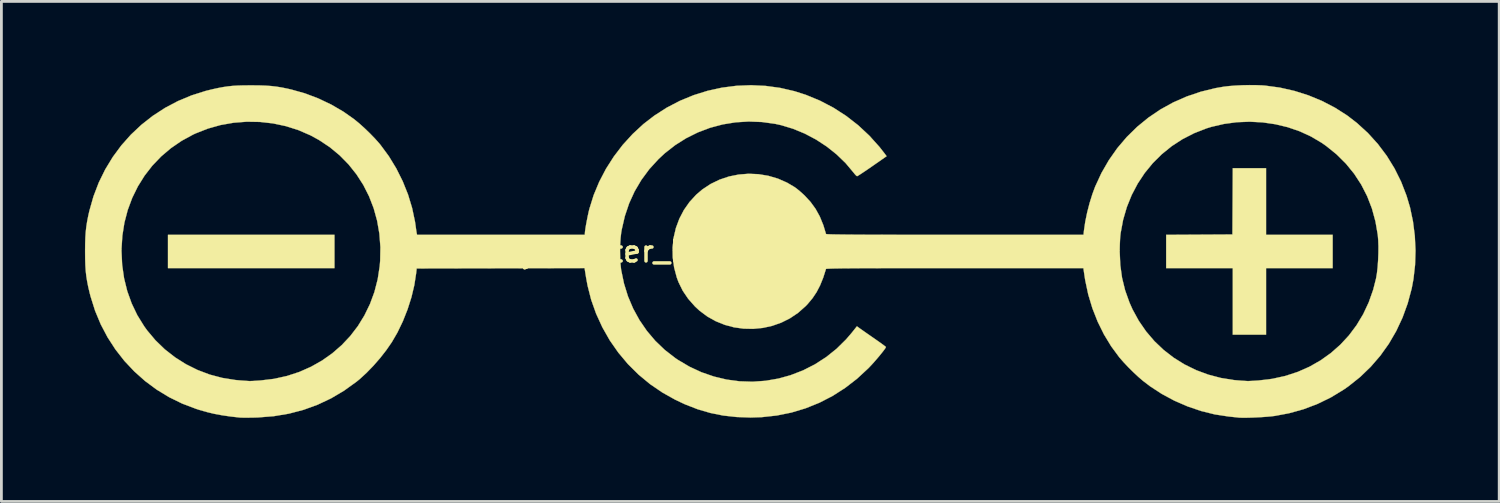
<source format=kicad_pcb>
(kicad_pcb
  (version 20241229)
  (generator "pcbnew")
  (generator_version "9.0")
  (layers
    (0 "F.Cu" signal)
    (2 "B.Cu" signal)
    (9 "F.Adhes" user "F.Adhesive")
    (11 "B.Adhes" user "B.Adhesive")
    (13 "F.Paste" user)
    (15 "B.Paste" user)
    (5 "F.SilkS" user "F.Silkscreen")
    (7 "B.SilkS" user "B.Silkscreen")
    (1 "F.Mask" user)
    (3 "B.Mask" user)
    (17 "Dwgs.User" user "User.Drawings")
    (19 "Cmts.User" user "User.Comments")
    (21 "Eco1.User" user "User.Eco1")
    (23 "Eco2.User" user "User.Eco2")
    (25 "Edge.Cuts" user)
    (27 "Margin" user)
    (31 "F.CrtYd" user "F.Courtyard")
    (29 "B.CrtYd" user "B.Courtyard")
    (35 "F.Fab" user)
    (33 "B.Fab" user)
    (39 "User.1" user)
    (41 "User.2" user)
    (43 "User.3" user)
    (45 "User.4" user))
  (footprint "Polarity_Center_Positive_12mm_SilkScreen"
    (layer "F.Cu")
    (at 23.873 5.977)
    (property "Reference" "Polarity_Center_Positive_12mm_SilkScreen" (at 0 0 0) (layer "F.SilkS") (effects (font (size 0.75 0.75) (thickness 0.125))))
    (attr exclude_from_pos_files exclude_from_bom allow_missing_courtyard)
    (fp_poly (pts (xy -14.916 0.598) (xy -20.893 0.598) (xy -20.893 -0.598) (xy -14.916 -0.598) (xy -14.916 0.598)) (stroke (width 0.01) (type solid)) (fill yes) (layer "F.SilkS"))
    (fp_poly (pts (xy 18.527 -0.598) (xy 20.918 -0.598) (xy 20.918 0.598) (xy 18.527 0.598) (xy 18.527 2.988) (xy 17.332 2.988) (xy 17.332 0.598) (xy 14.941 0.598) (xy 14.941 -0.597) (xy 17.319 -0.61) (xy 17.326 -1.799) (xy 17.332 -2.988) (xy 18.527 -2.988) (xy 18.527 -0.598)) (stroke (width 0.01) (type solid)) (fill yes) (layer "F.SilkS"))
    (fp_poly (pts (xy 18.17 -5.97) (xy 18.386 -5.962) (xy 18.491 -5.954) (xy 19.023 -5.882) (xy 19.544 -5.764) (xy 20.051 -5.603) (xy 20.539 -5.401) (xy 21.004 -5.159) (xy 21.441 -4.88) (xy 21.789 -4.612) (xy 22.184 -4.251) (xy 22.541 -3.857) (xy 22.86 -3.433) (xy 23.138 -2.981) (xy 23.375 -2.504) (xy 23.569 -2.004) (xy 23.695 -1.581) (xy 23.801 -1.077) (xy 23.867 -0.558) (xy 23.892 -0.035) (xy 23.876 0.485) (xy 23.818 0.993) (xy 23.755 1.329) (xy 23.612 1.862) (xy 23.427 2.371) (xy 23.201 2.855) (xy 22.934 3.313) (xy 22.628 3.742) (xy 22.284 4.14) (xy 21.904 4.506) (xy 21.488 4.838) (xy 21.313 4.96) (xy 20.854 5.239) (xy 20.374 5.473) (xy 19.874 5.663) (xy 19.351 5.808) (xy 18.844 5.903) (xy 18.716 5.919) (xy 18.558 5.933) (xy 18.381 5.946) (xy 18.195 5.956) (xy 18.011 5.964) (xy 17.839 5.968) (xy 17.69 5.969) (xy 17.575 5.966) (xy 17.531 5.962) (xy 17.469 5.955) (xy 17.373 5.945) (xy 17.258 5.933) (xy 17.182 5.925) (xy 16.69 5.85) (xy 16.198 5.728) (xy 15.711 5.563) (xy 15.238 5.358) (xy 14.786 5.116) (xy 14.362 4.839) (xy 14.107 4.644) (xy 13.944 4.504) (xy 13.766 4.338) (xy 13.586 4.16) (xy 13.418 3.982) (xy 13.274 3.818) (xy 13.257 3.798) (xy 12.967 3.405) (xy 12.707 2.977) (xy 12.482 2.521) (xy 12.293 2.041) (xy 12.143 1.544) (xy 12.035 1.036) (xy 12.014 0.903) (xy 11.969 0.598) (xy 7.353 0.598) (xy 6.77 0.598) (xy 6.235 0.598) (xy 5.746 0.598) (xy 5.301 0.599) (xy 4.899 0.599) (xy 4.538 0.6) (xy 4.215 0.601) (xy 3.93 0.602) (xy 3.681 0.604) (xy 3.465 0.605) (xy 3.28 0.607) (xy 3.126 0.61) (xy 3 0.612) (xy 2.9 0.615) (xy 2.825 0.618) (xy 2.773 0.621) (xy 2.741 0.624) (xy 2.729 0.628) (xy 2.729 0.629) (xy 2.628 0.944) (xy 2.517 1.218) (xy 2.391 1.46) (xy 2.244 1.68) (xy 2.071 1.887) (xy 1.993 1.968) (xy 1.725 2.205) (xy 1.433 2.401) (xy 1.122 2.556) (xy 0.795 2.671) (xy 0.458 2.745) (xy 0.116 2.778) (xy -0.229 2.771) (xy -0.57 2.724) (xy -0.903 2.635) (xy -1.224 2.506) (xy -1.528 2.337) (xy -1.811 2.126) (xy -1.975 1.974) (xy -2.217 1.7) (xy -2.413 1.411) (xy -2.565 1.102) (xy -2.627 0.936) (xy -2.723 0.576) (xy -2.773 0.214) (xy -2.776 0.009) (xy 13.273 0.009) (xy 13.294 0.49) (xy 13.358 0.95) (xy 13.467 1.394) (xy 13.621 1.827) (xy 13.733 2.079) (xy 13.958 2.49) (xy 14.221 2.871) (xy 14.519 3.22) (xy 14.85 3.535) (xy 15.211 3.814) (xy 15.6 4.056) (xy 16.013 4.259) (xy 16.449 4.421) (xy 16.905 4.541) (xy 17.378 4.617) (xy 17.655 4.64) (xy 17.745 4.645) (xy 17.824 4.65) (xy 17.855 4.652) (xy 17.902 4.652) (xy 17.988 4.648) (xy 18.1 4.642) (xy 18.229 4.634) (xy 18.257 4.632) (xy 18.746 4.573) (xy 19.215 4.47) (xy 19.663 4.324) (xy 20.086 4.137) (xy 20.484 3.91) (xy 20.853 3.647) (xy 21.193 3.347) (xy 21.501 3.014) (xy 21.775 2.648) (xy 22.013 2.252) (xy 22.212 1.828) (xy 22.372 1.376) (xy 22.475 0.971) (xy 22.507 0.784) (xy 22.532 0.562) (xy 22.549 0.318) (xy 22.559 0.066) (xy 22.561 -0.18) (xy 22.553 -0.406) (xy 22.538 -0.591) (xy 22.454 -1.078) (xy 22.327 -1.543) (xy 22.156 -1.985) (xy 21.943 -2.401) (xy 21.689 -2.79) (xy 21.394 -3.152) (xy 21.059 -3.485) (xy 20.684 -3.788) (xy 20.519 -3.903) (xy 20.138 -4.128) (xy 19.731 -4.315) (xy 19.302 -4.462) (xy 18.857 -4.568) (xy 18.401 -4.634) (xy 17.938 -4.658) (xy 17.475 -4.64) (xy 17.016 -4.578) (xy 16.567 -4.474) (xy 16.385 -4.418) (xy 15.943 -4.245) (xy 15.527 -4.032) (xy 15.141 -3.781) (xy 14.785 -3.493) (xy 14.461 -3.172) (xy 14.172 -2.819) (xy 13.919 -2.437) (xy 13.704 -2.028) (xy 13.529 -1.595) (xy 13.396 -1.139) (xy 13.307 -0.664) (xy 13.299 -0.598) (xy 13.289 -0.496) (xy 13.282 -0.359) (xy 13.276 -0.204) (xy 13.273 -0.045) (xy 13.273 0.009) (xy -2.776 0.009) (xy -2.778 -0.146) (xy -2.739 -0.501) (xy -2.658 -0.846) (xy -2.535 -1.176) (xy -2.373 -1.487) (xy -2.171 -1.775) (xy -1.932 -2.036) (xy -1.711 -2.225) (xy -1.411 -2.423) (xy -1.091 -2.578) (xy -0.754 -2.691) (xy -0.405 -2.761) (xy -0.05 -2.789) (xy 0.306 -2.774) (xy 0.658 -2.716) (xy 1.002 -2.615) (xy 1.332 -2.47) (xy 1.606 -2.308) (xy 1.688 -2.247) (xy 1.79 -2.163) (xy 1.896 -2.069) (xy 1.961 -2.009) (xy 2.176 -1.776) (xy 2.357 -1.526) (xy 2.508 -1.252) (xy 2.633 -0.946) (xy 2.729 -0.629) (xy 2.739 -0.625) (xy 2.768 -0.621) (xy 2.818 -0.618) (xy 2.89 -0.615) (xy 2.987 -0.612) (xy 3.11 -0.61) (xy 3.26 -0.608) (xy 3.441 -0.606) (xy 3.653 -0.604) (xy 3.898 -0.603) (xy 4.179 -0.601) (xy 4.497 -0.6) (xy 4.853 -0.599) (xy 5.25 -0.599) (xy 5.689 -0.598) (xy 6.173 -0.598) (xy 6.702 -0.598) (xy 7.279 -0.598) (xy 7.355 -0.598) (xy 11.973 -0.598) (xy 11.99 -0.753) (xy 12.036 -1.066) (xy 12.105 -1.401) (xy 12.193 -1.741) (xy 12.295 -2.068) (xy 12.391 -2.326) (xy 12.618 -2.817) (xy 12.884 -3.278) (xy 13.187 -3.71) (xy 13.526 -4.108) (xy 13.898 -4.473) (xy 14.301 -4.803) (xy 14.733 -5.096) (xy 15.193 -5.35) (xy 15.678 -5.563) (xy 16.186 -5.735) (xy 16.715 -5.864) (xy 17.017 -5.916) (xy 17.208 -5.938) (xy 17.433 -5.955) (xy 17.679 -5.967) (xy 17.929 -5.972) (xy 18.17 -5.97)) (stroke (width 0.01) (type solid)) (fill yes) (layer "F.SilkS"))
    (fp_poly (pts (xy 0.563 -5.943) (xy 1.084 -5.872) (xy 1.598 -5.753) (xy 2.005 -5.623) (xy 2.511 -5.414) (xy 2.995 -5.161) (xy 3.453 -4.866) (xy 3.884 -4.531) (xy 4.284 -4.158) (xy 4.652 -3.749) (xy 4.839 -3.509) (xy 4.905 -3.42) (xy 4.39 -3.061) (xy 4.248 -2.963) (xy 4.118 -2.875) (xy 4.007 -2.801) (xy 3.921 -2.745) (xy 3.864 -2.711) (xy 3.845 -2.702) (xy 3.816 -2.72) (xy 3.769 -2.769) (xy 3.715 -2.836) (xy 3.432 -3.173) (xy 3.11 -3.484) (xy 2.755 -3.767) (xy 2.373 -4.017) (xy 1.97 -4.23) (xy 1.552 -4.403) (xy 1.124 -4.533) (xy 0.906 -4.581) (xy 0.43 -4.647) (xy -0.046 -4.665) (xy -0.516 -4.636) (xy -0.979 -4.561) (xy -1.43 -4.441) (xy -1.867 -4.276) (xy -2.285 -4.069) (xy -2.682 -3.819) (xy -3.054 -3.529) (xy -3.287 -3.312) (xy -3.616 -2.952) (xy -3.9 -2.567) (xy -4.141 -2.159) (xy -4.338 -1.727) (xy -4.492 -1.27) (xy -4.603 -0.789) (xy -4.623 -0.672) (xy -4.645 -0.48) (xy -4.659 -0.256) (xy -4.664 -0.015) (xy -4.66 0.227) (xy -4.647 0.454) (xy -4.626 0.65) (xy -4.623 0.669) (xy -4.523 1.15) (xy -4.38 1.611) (xy -4.194 2.05) (xy -3.967 2.464) (xy -3.701 2.851) (xy -3.398 3.209) (xy -3.059 3.534) (xy -2.685 3.824) (xy -2.59 3.889) (xy -2.174 4.135) (xy -1.742 4.336) (xy -1.295 4.49) (xy -0.839 4.599) (xy -0.375 4.661) (xy 0.093 4.676) (xy 0.561 4.643) (xy 1.027 4.562) (xy 1.455 4.443) (xy 1.906 4.269) (xy 2.334 4.051) (xy 2.735 3.792) (xy 3.108 3.494) (xy 3.449 3.158) (xy 3.654 2.919) (xy 3.839 2.687) (xy 3.955 2.771) (xy 4.013 2.811) (xy 4.102 2.874) (xy 4.215 2.953) (xy 4.343 3.042) (xy 4.476 3.134) (xy 4.6 3.221) (xy 4.709 3.298) (xy 4.796 3.362) (xy 4.855 3.407) (xy 4.88 3.429) (xy 4.881 3.43) (xy 4.865 3.464) (xy 4.821 3.528) (xy 4.754 3.615) (xy 4.671 3.718) (xy 4.577 3.831) (xy 4.477 3.946) (xy 4.377 4.058) (xy 4.282 4.159) (xy 4.247 4.195) (xy 3.843 4.569) (xy 3.414 4.9) (xy 2.963 5.188) (xy 2.49 5.431) (xy 1.997 5.63) (xy 1.488 5.783) (xy 0.963 5.889) (xy 0.424 5.948) (xy 0.025 5.961) (xy -0.483 5.943) (xy -0.963 5.89) (xy -1.424 5.797) (xy -1.876 5.665) (xy -2.327 5.49) (xy -2.671 5.329) (xy -3.143 5.065) (xy -3.587 4.762) (xy -4 4.42) (xy -4.38 4.043) (xy -4.725 3.632) (xy -5.033 3.191) (xy -5.3 2.721) (xy -5.524 2.232) (xy -5.7 1.736) (xy -5.83 1.226) (xy -5.882 0.945) (xy -5.938 0.597) (xy -8.952 0.604) (xy -11.965 0.61) (xy -11.984 0.784) (xy -12.049 1.206) (xy -12.153 1.642) (xy -12.292 2.079) (xy -12.461 2.505) (xy -12.656 2.91) (xy -12.861 3.262) (xy -13.055 3.542) (xy -13.276 3.825) (xy -13.516 4.1) (xy -13.763 4.355) (xy -14.009 4.581) (xy -14.127 4.677) (xy -14.573 4.998) (xy -15.038 5.273) (xy -15.523 5.502) (xy -16.027 5.685) (xy -16.55 5.822) (xy -17.092 5.913) (xy -17.653 5.958) (xy -17.768 5.962) (xy -17.92 5.965) (xy -18.061 5.966) (xy -18.182 5.966) (xy -18.272 5.964) (xy -18.315 5.962) (xy -18.653 5.924) (xy -18.953 5.88) (xy -19.229 5.829) (xy -19.492 5.766) (xy -19.756 5.691) (xy -19.884 5.65) (xy -20.38 5.462) (xy -20.852 5.231) (xy -21.298 4.96) (xy -21.715 4.651) (xy -22.102 4.306) (xy -22.457 3.929) (xy -22.777 3.52) (xy -23.061 3.082) (xy -23.306 2.617) (xy -23.51 2.128) (xy -23.671 1.617) (xy -23.704 1.489) (xy -23.756 1.269) (xy -23.795 1.071) (xy -23.825 0.884) (xy -23.846 0.695) (xy -23.859 0.493) (xy -23.866 0.265) (xy -23.868 0) (xy -23.868 -0.012) (xy -22.561 -0.012) (xy -22.538 0.482) (xy -22.469 0.962) (xy -22.355 1.424) (xy -22.196 1.866) (xy -21.994 2.288) (xy -21.748 2.685) (xy -21.643 2.831) (xy -21.342 3.189) (xy -21.007 3.513) (xy -20.641 3.799) (xy -20.249 4.047) (xy -19.833 4.254) (xy -19.397 4.419) (xy -18.943 4.539) (xy -18.476 4.614) (xy -18.29 4.631) (xy -18.174 4.639) (xy -18.072 4.646) (xy -17.998 4.651) (xy -17.967 4.653) (xy -17.924 4.652) (xy -17.843 4.649) (xy -17.734 4.642) (xy -17.606 4.634) (xy -17.57 4.631) (xy -17.086 4.573) (xy -16.621 4.47) (xy -16.177 4.325) (xy -15.757 4.139) (xy -15.362 3.916) (xy -14.994 3.656) (xy -14.656 3.362) (xy -14.35 3.037) (xy -14.077 2.681) (xy -13.841 2.297) (xy -13.642 1.888) (xy -13.482 1.455) (xy -13.365 1.001) (xy -13.292 0.527) (xy -13.276 0.336) (xy -13.267 -0.157) (xy -13.304 -0.638) (xy -13.385 -1.104) (xy -13.509 -1.552) (xy -13.675 -1.981) (xy -13.881 -2.388) (xy -14.127 -2.77) (xy -14.41 -3.125) (xy -14.729 -3.45) (xy -15.083 -3.743) (xy -15.471 -4.001) (xy -15.776 -4.168) (xy -16.209 -4.356) (xy -16.66 -4.499) (xy -17.122 -4.597) (xy -17.592 -4.65) (xy -18.066 -4.658) (xy -18.538 -4.621) (xy -19.004 -4.539) (xy -19.46 -4.411) (xy -19.9 -4.238) (xy -19.991 -4.196) (xy -20.406 -3.97) (xy -20.789 -3.707) (xy -21.139 -3.41) (xy -21.455 -3.08) (xy -21.734 -2.72) (xy -21.975 -2.333) (xy -22.177 -1.922) (xy -22.338 -1.488) (xy -22.457 -1.034) (xy -22.531 -0.563) (xy -22.561 -0.078) (xy -22.561 -0.012) (xy -23.868 -0.012) (xy -23.866 -0.265) (xy -23.859 -0.493) (xy -23.846 -0.695) (xy -23.825 -0.883) (xy -23.796 -1.071) (xy -23.757 -1.27) (xy -23.715 -1.457) (xy -23.568 -1.975) (xy -23.378 -2.472) (xy -23.146 -2.944) (xy -22.875 -3.39) (xy -22.567 -3.807) (xy -22.223 -4.194) (xy -21.846 -4.548) (xy -21.439 -4.868) (xy -21.002 -5.152) (xy -20.538 -5.397) (xy -20.048 -5.602) (xy -19.536 -5.764) (xy -19.299 -5.822) (xy -19.094 -5.867) (xy -18.913 -5.901) (xy -18.744 -5.926) (xy -18.574 -5.944) (xy -18.393 -5.955) (xy -18.188 -5.961) (xy -17.948 -5.963) (xy -17.892 -5.963) (xy -17.625 -5.961) (xy -17.396 -5.953) (xy -17.191 -5.939) (xy -16.999 -5.917) (xy -16.807 -5.886) (xy -16.602 -5.844) (xy -16.462 -5.812) (xy -15.975 -5.675) (xy -15.497 -5.494) (xy -15.034 -5.274) (xy -14.596 -5.019) (xy -14.215 -4.751) (xy -14.034 -4.603) (xy -13.839 -4.428) (xy -13.643 -4.239) (xy -13.459 -4.049) (xy -13.3 -3.87) (xy -13.261 -3.822) (xy -12.962 -3.416) (xy -12.696 -2.979) (xy -12.466 -2.519) (xy -12.275 -2.043) (xy -12.128 -1.557) (xy -12.025 -1.07) (xy -12.003 -0.921) (xy -11.989 -0.817) (xy -11.976 -0.726) (xy -11.966 -0.664) (xy -11.964 -0.654) (xy -11.952 -0.598) (xy -5.927 -0.598) (xy -5.927 -0.657) (xy -5.921 -0.721) (xy -5.907 -0.823) (xy -5.886 -0.951) (xy -5.859 -1.095) (xy -5.83 -1.242) (xy -5.8 -1.383) (xy -5.771 -1.507) (xy -5.765 -1.529) (xy -5.612 -2.021) (xy -5.412 -2.501) (xy -5.17 -2.965) (xy -4.887 -3.408) (xy -4.567 -3.827) (xy -4.212 -4.216) (xy -3.826 -4.573) (xy -3.435 -4.875) (xy -2.985 -5.164) (xy -2.513 -5.409) (xy -2.024 -5.61) (xy -1.521 -5.767) (xy -1.007 -5.88) (xy -0.486 -5.947) (xy 0.038 -5.968) (xy 0.563 -5.943)) (stroke (width 0.01) (type solid)) (fill yes) (layer "F.SilkS")))
  (gr_rect
    (start -3 -3)
    (end 50.769 14.951)
    (stroke (width 0.1) (type default))
    (fill no)
    (layer "Edge.Cuts")))
</source>
